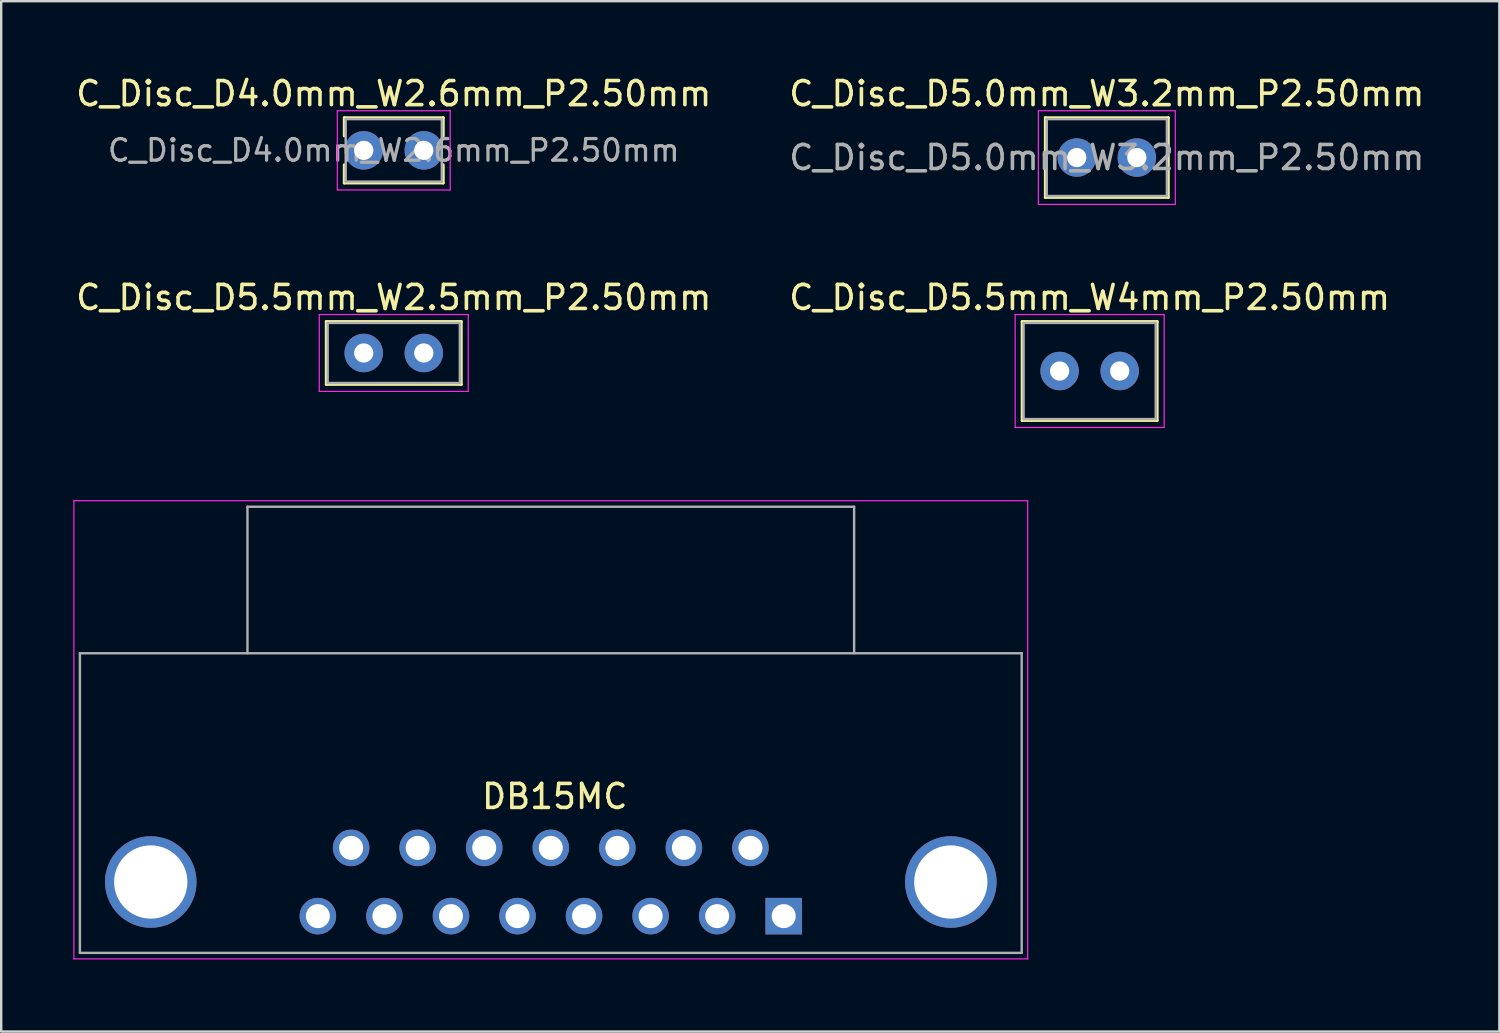
<source format=kicad_pcb>
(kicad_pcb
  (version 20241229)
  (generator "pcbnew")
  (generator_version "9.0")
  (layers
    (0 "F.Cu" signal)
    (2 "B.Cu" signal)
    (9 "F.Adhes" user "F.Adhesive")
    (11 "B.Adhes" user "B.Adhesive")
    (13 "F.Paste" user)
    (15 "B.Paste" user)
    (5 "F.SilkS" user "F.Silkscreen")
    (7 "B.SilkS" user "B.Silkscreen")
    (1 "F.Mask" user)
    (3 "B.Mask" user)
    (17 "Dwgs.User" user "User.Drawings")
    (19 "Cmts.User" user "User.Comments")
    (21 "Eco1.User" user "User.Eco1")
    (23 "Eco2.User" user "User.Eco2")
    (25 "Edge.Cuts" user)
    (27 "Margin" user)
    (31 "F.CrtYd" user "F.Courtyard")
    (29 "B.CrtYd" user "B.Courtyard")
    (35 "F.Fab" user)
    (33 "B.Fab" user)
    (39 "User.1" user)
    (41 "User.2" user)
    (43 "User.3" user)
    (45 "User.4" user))
  (footprint "C_Disc_D5.0mm_W3.2mm_P2.50mm"
    (layer "F.Cu")
    (at 41.768 3.508)
    (property "Reference" "C_Disc_D5.0mm_W3.2mm_P2.50mm" (at 1.25 -2.66 0) (layer "F.SilkS") (effects (font (size 1 1) (thickness 0.15))))
    (attr through_hole)
    (fp_line (start -1.31 -1.66) (end -1.31 1.66) (stroke (width 0.12) (type solid)) (layer "F.SilkS"))
    (fp_line (start -1.31 -1.66) (end 3.81 -1.66) (stroke (width 0.12) (type solid)) (layer "F.SilkS"))
    (fp_line (start -1.31 1.66) (end 3.81 1.66) (stroke (width 0.12) (type solid)) (layer "F.SilkS"))
    (fp_line (start 3.81 -1.66) (end 3.81 1.66) (stroke (width 0.12) (type solid)) (layer "F.SilkS"))
    (fp_line (start -1.6 -1.95) (end -1.6 1.95) (stroke (width 0.05) (type solid)) (layer "F.CrtYd"))
    (fp_line (start -1.6 1.95) (end 4.1 1.95) (stroke (width 0.05) (type solid)) (layer "F.CrtYd"))
    (fp_line (start 4.1 -1.95) (end -1.6 -1.95) (stroke (width 0.05) (type solid)) (layer "F.CrtYd"))
    (fp_line (start 4.1 1.95) (end 4.1 -1.95) (stroke (width 0.05) (type solid)) (layer "F.CrtYd"))
    (fp_line (start -1.25 -1.6) (end -1.25 1.6) (stroke (width 0.1) (type solid)) (layer "F.Fab"))
    (fp_line (start -1.25 1.6) (end 3.75 1.6) (stroke (width 0.1) (type solid)) (layer "F.Fab"))
    (fp_line (start 3.75 -1.6) (end -1.25 -1.6) (stroke (width 0.1) (type solid)) (layer "F.Fab"))
    (fp_line (start 3.75 1.6) (end 3.75 -1.6) (stroke (width 0.1) (type solid)) (layer "F.Fab"))
    (fp_text user "${REFERENCE}" (at 1.25 0 0) (layer "F.Fab") (effects (font (size 1 1) (thickness 0.15))))
    (pad "1" thru_hole circle (at 0 0) (size 1.6 1.6) (drill 0.8) (layers "*.Cu" "*.Mask"))
    (pad "2" thru_hole circle (at 2.5 0) (size 1.6 1.6) (drill 0.8) (layers "*.Cu" "*.Mask")))
  (footprint "C_Disc_D5.5mm_W4mm_P2.50mm"
    (layer "F.Cu")
    (at 41.054 12.392)
    (property "Reference" "C_Disc_D5.5mm_W4mm_P2.50mm" (at 1.25 -3.06 0) (layer "F.SilkS") (effects (font (size 1 1) (thickness 0.15))))
    (attr through_hole)
    (fp_line (start -1.56 -2.06) (end -1.56 2.06) (stroke (width 0.12) (type solid)) (layer "F.SilkS"))
    (fp_line (start -1.56 -2.06) (end 4.06 -2.06) (stroke (width 0.12) (type solid)) (layer "F.SilkS"))
    (fp_line (start -1.56 2.06) (end 4.06 2.06) (stroke (width 0.12) (type solid)) (layer "F.SilkS"))
    (fp_line (start 4.06 -2.06) (end 4.06 2.06) (stroke (width 0.12) (type solid)) (layer "F.SilkS"))
    (fp_line (start -1.85 -2.35) (end -1.85 2.35) (stroke (width 0.05) (type solid)) (layer "F.CrtYd"))
    (fp_line (start -1.85 2.35) (end 4.35 2.35) (stroke (width 0.05) (type solid)) (layer "F.CrtYd"))
    (fp_line (start 4.35 -2.35) (end -1.85 -2.35) (stroke (width 0.05) (type solid)) (layer "F.CrtYd"))
    (fp_line (start 4.35 2.35) (end 4.35 -2.35) (stroke (width 0.05) (type solid)) (layer "F.CrtYd"))
    (fp_line (start -1.5 -2) (end -1.5 2) (stroke (width 0.1) (type solid)) (layer "F.Fab"))
    (fp_line (start -1.5 2) (end 4 2) (stroke (width 0.1) (type solid)) (layer "F.Fab"))
    (fp_line (start 4 -2) (end -1.5 -2) (stroke (width 0.1) (type solid)) (layer "F.Fab"))
    (fp_line (start 4 2) (end 4 -2) (stroke (width 0.1) (type solid)) (layer "F.Fab"))
    (pad "1" thru_hole circle (at 0 0) (size 1.6 1.6) (drill 0.8) (layers "*.Cu" "*.Mask"))
    (pad "2" thru_hole circle (at 2.5 0) (size 1.6 1.6) (drill 0.8) (layers "*.Cu" "*.Mask")))
  (footprint "C_Disc_D5.5mm_W2.5mm_P2.50mm"
    (layer "F.Cu")
    (at 12.089 11.642)
    (property "Reference" "C_Disc_D5.5mm_W2.5mm_P2.50mm" (at 1.25 -2.31 0) (layer "F.SilkS") (effects (font (size 1 1) (thickness 0.15))))
    (attr through_hole)
    (fp_line (start -1.56 -1.31) (end -1.56 1.31) (stroke (width 0.12) (type solid)) (layer "F.SilkS"))
    (fp_line (start -1.56 -1.31) (end 4.06 -1.31) (stroke (width 0.12) (type solid)) (layer "F.SilkS"))
    (fp_line (start -1.56 1.31) (end 4.06 1.31) (stroke (width 0.12) (type solid)) (layer "F.SilkS"))
    (fp_line (start 4.06 -1.31) (end 4.06 1.31) (stroke (width 0.12) (type solid)) (layer "F.SilkS"))
    (fp_line (start -1.85 -1.6) (end -1.85 1.6) (stroke (width 0.05) (type solid)) (layer "F.CrtYd"))
    (fp_line (start -1.85 1.6) (end 4.35 1.6) (stroke (width 0.05) (type solid)) (layer "F.CrtYd"))
    (fp_line (start 4.35 -1.6) (end -1.85 -1.6) (stroke (width 0.05) (type solid)) (layer "F.CrtYd"))
    (fp_line (start 4.35 1.6) (end 4.35 -1.6) (stroke (width 0.05) (type solid)) (layer "F.CrtYd"))
    (fp_line (start -1.5 -1.25) (end -1.5 1.25) (stroke (width 0.1) (type solid)) (layer "F.Fab"))
    (fp_line (start -1.5 1.25) (end 4 1.25) (stroke (width 0.1) (type solid)) (layer "F.Fab"))
    (fp_line (start 4 -1.25) (end -1.5 -1.25) (stroke (width 0.1) (type solid)) (layer "F.Fab"))
    (fp_line (start 4 1.25) (end 4 -1.25) (stroke (width 0.1) (type solid)) (layer "F.Fab"))
    (pad "1" thru_hole circle (at 0 0) (size 1.6 1.6) (drill 0.8) (layers "*.Cu" "*.Mask"))
    (pad "2" thru_hole circle (at 2.5 0) (size 1.6 1.6) (drill 0.8) (layers "*.Cu" "*.Mask")))
  (footprint "C_Disc_D4.0mm_W2.6mm_P2.50mm"
    (layer "F.Cu")
    (at 12.089 3.208)
    (property "Reference" "C_Disc_D4.0mm_W2.6mm_P2.50mm" (at 1.25 -2.36 0) (layer "F.SilkS") (effects (font (size 1 1) (thickness 0.15))))
    (attr through_hole)
    (fp_line (start -0.81 -1.36) (end -0.81 -0.6) (stroke (width 0.12) (type solid)) (layer "F.SilkS"))
    (fp_line (start -0.81 -1.36) (end 3.31 -1.36) (stroke (width 0.12) (type solid)) (layer "F.SilkS"))
    (fp_line (start -0.81 0.6) (end -0.81 1.36) (stroke (width 0.12) (type solid)) (layer "F.SilkS"))
    (fp_line (start -0.81 1.36) (end 3.31 1.36) (stroke (width 0.12) (type solid)) (layer "F.SilkS"))
    (fp_line (start 3.31 -1.36) (end 3.31 -0.6) (stroke (width 0.12) (type solid)) (layer "F.SilkS"))
    (fp_line (start 3.31 0.6) (end 3.31 1.36) (stroke (width 0.12) (type solid)) (layer "F.SilkS"))
    (fp_line (start -1.1 -1.65) (end -1.1 1.65) (stroke (width 0.05) (type solid)) (layer "F.CrtYd"))
    (fp_line (start -1.1 1.65) (end 3.6 1.65) (stroke (width 0.05) (type solid)) (layer "F.CrtYd"))
    (fp_line (start 3.6 -1.65) (end -1.1 -1.65) (stroke (width 0.05) (type solid)) (layer "F.CrtYd"))
    (fp_line (start 3.6 1.65) (end 3.6 -1.65) (stroke (width 0.05) (type solid)) (layer "F.CrtYd"))
    (fp_line (start -0.75 -1.3) (end -0.75 1.3) (stroke (width 0.1) (type solid)) (layer "F.Fab"))
    (fp_line (start -0.75 1.3) (end 3.25 1.3) (stroke (width 0.1) (type solid)) (layer "F.Fab"))
    (fp_line (start 3.25 -1.3) (end -0.75 -1.3) (stroke (width 0.1) (type solid)) (layer "F.Fab"))
    (fp_line (start 3.25 1.3) (end 3.25 -1.3) (stroke (width 0.1) (type solid)) (layer "F.Fab"))
    (fp_text user "${REFERENCE}" (at 1.25 0 0) (layer "F.Fab") (effects (font (size 0.9 0.9) (thickness 0.135))))
    (pad "1" thru_hole circle (at 0 0) (size 1.6 1.6) (drill 0.8) (layers "*.Cu" "*.Mask"))
    (pad "2" thru_hole circle (at 2.5 0) (size 1.6 1.6) (drill 0.8) (layers "*.Cu" "*.Mask")))
  (footprint "DB15MC"
    (layer "F.Cu")
    (at 29.57 35.081)
    (property "Reference" "DB15MC" (at -9.53 -4.98 0) (layer "F.SilkS") (effects (font (size 1 1) (thickness 0.15))))
    (attr through_hole)
    (fp_line (start -29.545 -17.29) (end -29.545 1.78) (stroke (width 0.05) (type solid)) (layer "F.CrtYd"))
    (fp_line (start -29.545 -17.29) (end 10.155 -17.29) (stroke (width 0.05) (type solid)) (layer "F.CrtYd"))
    (fp_line (start 10.155 1.78) (end -29.545 1.78) (stroke (width 0.05) (type solid)) (layer "F.CrtYd"))
    (fp_line (start 10.155 1.78) (end 10.155 -17.29) (stroke (width 0.05) (type solid)) (layer "F.CrtYd"))
    (fp_line (start -29.295 -10.94) (end 9.905 -10.94) (stroke (width 0.1) (type solid)) (layer "F.Fab"))
    (fp_line (start -29.295 1.53) (end -29.295 -10.94) (stroke (width 0.1) (type solid)) (layer "F.Fab"))
    (fp_line (start -22.32 -17.04) (end -22.32 -10.94) (stroke (width 0.1) (type solid)) (layer "F.Fab"))
    (fp_line (start -22.32 -17.04) (end 2.93 -17.04) (stroke (width 0.1) (type solid)) (layer "F.Fab"))
    (fp_line (start 2.93 -10.94) (end 2.93 -17.04) (stroke (width 0.1) (type solid)) (layer "F.Fab"))
    (fp_line (start 9.905 1.53) (end -29.295 1.53) (stroke (width 0.1) (type solid)) (layer "F.Fab"))
    (fp_line (start 9.905 1.53) (end 9.905 -10.94) (stroke (width 0.1) (type solid)) (layer "F.Fab"))
    (pad "" thru_hole circle (at -26.345 -1.42) (size 3.81 3.81) (drill 3.05) (layers "*.Cu" "*.Mask"))
    (pad "" thru_hole circle (at 6.955 -1.42) (size 3.81 3.81) (drill 3.05) (layers "*.Cu" "*.Mask"))
    (pad "1" thru_hole rect (at 0 0) (size 1.52 1.52) (drill 1) (layers "*.Cu" "*.Mask"))
    (pad "2" thru_hole circle (at -2.77 0) (size 1.52 1.52) (drill 1) (layers "*.Cu" "*.Mask"))
    (pad "3" thru_hole circle (at -5.54 0) (size 1.52 1.52) (drill 1) (layers "*.Cu" "*.Mask"))
    (pad "4" thru_hole circle (at -8.31 0) (size 1.52 1.52) (drill 1) (layers "*.Cu" "*.Mask"))
    (pad "5" thru_hole circle (at -11.08 0) (size 1.52 1.52) (drill 1) (layers "*.Cu" "*.Mask"))
    (pad "6" thru_hole circle (at -13.85 0) (size 1.52 1.52) (drill 1) (layers "*.Cu" "*.Mask"))
    (pad "7" thru_hole circle (at -16.62 0) (size 1.52 1.52) (drill 1) (layers "*.Cu" "*.Mask"))
    (pad "8" thru_hole circle (at -19.39 0) (size 1.52 1.52) (drill 1) (layers "*.Cu" "*.Mask"))
    (pad "9" thru_hole circle (at -1.385 -2.84) (size 1.52 1.52) (drill 1) (layers "*.Cu" "*.Mask"))
    (pad "10" thru_hole circle (at -4.155 -2.84) (size 1.52 1.52) (drill 1) (layers "*.Cu" "*.Mask"))
    (pad "11" thru_hole circle (at -6.925 -2.84) (size 1.52 1.52) (drill 1) (layers "*.Cu" "*.Mask"))
    (pad "12" thru_hole circle (at -9.695 -2.84) (size 1.52 1.52) (drill 1) (layers "*.Cu" "*.Mask"))
    (pad "13" thru_hole circle (at -12.465 -2.84) (size 1.52 1.52) (drill 1) (layers "*.Cu" "*.Mask"))
    (pad "14" thru_hole circle (at -15.235 -2.84) (size 1.52 1.52) (drill 1) (layers "*.Cu" "*.Mask"))
    (pad "15" thru_hole circle (at -18.005 -2.84) (size 1.52 1.52) (drill 1) (layers "*.Cu" "*.Mask")))
  (gr_rect
    (start -3 -3)
    (end 59.357 39.886)
    (stroke (width 0.1) (type default))
    (fill no)
    (layer "Edge.Cuts")))
</source>
